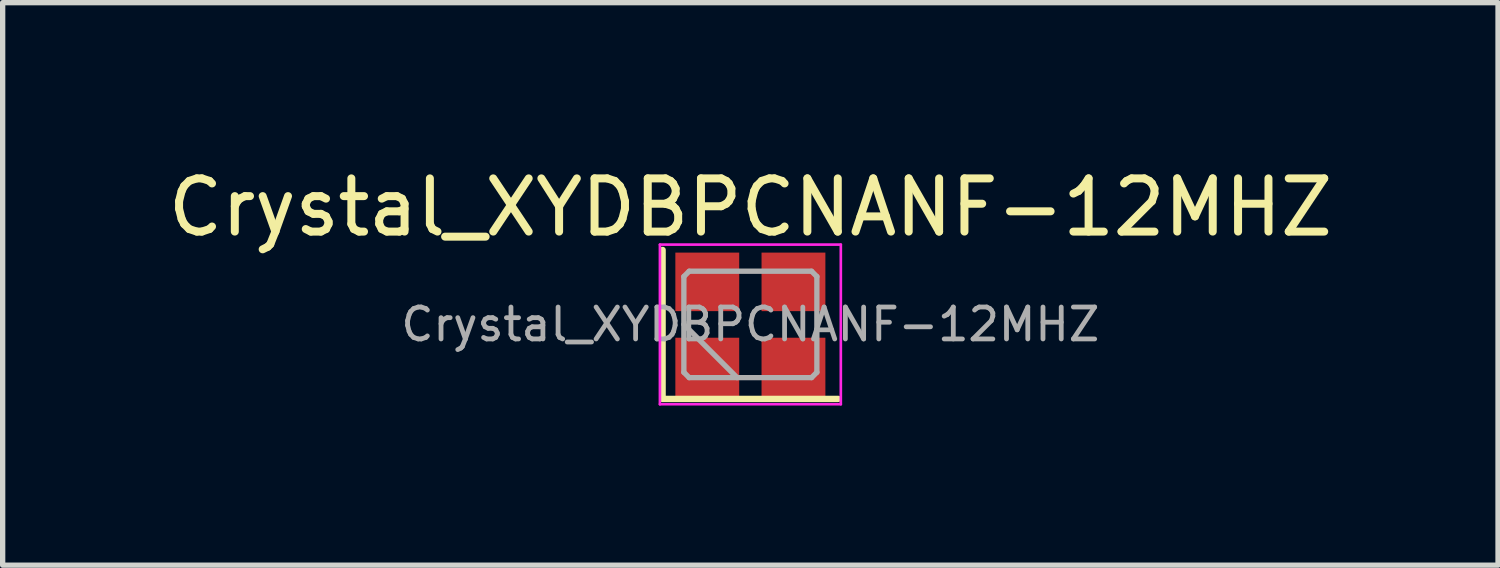
<source format=kicad_pcb>
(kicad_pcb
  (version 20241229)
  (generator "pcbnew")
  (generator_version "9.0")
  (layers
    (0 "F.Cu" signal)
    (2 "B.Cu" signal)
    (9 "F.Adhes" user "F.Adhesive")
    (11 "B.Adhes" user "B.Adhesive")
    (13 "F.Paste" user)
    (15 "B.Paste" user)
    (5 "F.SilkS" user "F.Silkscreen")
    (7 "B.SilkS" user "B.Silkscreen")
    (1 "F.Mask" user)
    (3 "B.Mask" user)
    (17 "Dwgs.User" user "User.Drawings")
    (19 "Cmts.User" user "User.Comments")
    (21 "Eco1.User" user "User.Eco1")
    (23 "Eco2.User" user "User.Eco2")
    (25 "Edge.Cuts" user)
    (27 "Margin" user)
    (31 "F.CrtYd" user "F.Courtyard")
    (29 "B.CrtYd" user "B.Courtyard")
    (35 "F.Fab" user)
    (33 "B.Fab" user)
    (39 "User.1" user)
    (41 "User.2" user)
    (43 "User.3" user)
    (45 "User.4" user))
  (footprint "Crystal_XYDBPCNANF-12MHZ"
    (layer "F.Cu")
    (at 11.054 3.048)
    (property "Reference" "Crystal_XYDBPCNANF-12MHZ" (at 0 -2.2 0) (layer "F.SilkS") (effects (font (size 1 1) (thickness 0.15))))
    (attr smd)
    (fp_line (start -1.65 -1.4) (end -1.65 1.4) (stroke (width 0.12) (type solid)) (layer "F.SilkS"))
    (fp_line (start -1.65 1.4) (end 1.65 1.4) (stroke (width 0.12) (type solid)) (layer "F.SilkS"))
    (fp_line (start -1.7 -1.5) (end -1.7 1.5) (stroke (width 0.05) (type solid)) (layer "F.CrtYd"))
    (fp_line (start -1.7 1.5) (end 1.7 1.5) (stroke (width 0.05) (type solid)) (layer "F.CrtYd"))
    (fp_line (start 1.7 -1.5) (end -1.7 -1.5) (stroke (width 0.05) (type solid)) (layer "F.CrtYd"))
    (fp_line (start 1.7 1.5) (end 1.7 -1.5) (stroke (width 0.05) (type solid)) (layer "F.CrtYd"))
    (fp_line (start -1.25 -0.9) (end -1.15 -1) (stroke (width 0.1) (type solid)) (layer "F.Fab"))
    (fp_line (start -1.25 0) (end -0.25 1) (stroke (width 0.1) (type solid)) (layer "F.Fab"))
    (fp_line (start -1.25 0.9) (end -1.25 -0.9) (stroke (width 0.1) (type solid)) (layer "F.Fab"))
    (fp_line (start -1.15 -1) (end 1.15 -1) (stroke (width 0.1) (type solid)) (layer "F.Fab"))
    (fp_line (start -1.15 1) (end -1.25 0.9) (stroke (width 0.1) (type solid)) (layer "F.Fab"))
    (fp_line (start 1.15 -1) (end 1.25 -0.9) (stroke (width 0.1) (type solid)) (layer "F.Fab"))
    (fp_line (start 1.15 1) (end -1.15 1) (stroke (width 0.1) (type solid)) (layer "F.Fab"))
    (fp_line (start 1.25 -0.9) (end 1.25 0.9) (stroke (width 0.1) (type solid)) (layer "F.Fab"))
    (fp_line (start 1.25 0.9) (end 1.15 1) (stroke (width 0.1) (type solid)) (layer "F.Fab"))
    (fp_text user "${REFERENCE}" (at 0 0 0) (layer "F.Fab") (effects (font (size 0.6 0.6) (thickness 0.09))))
    (pad "1" smd rect (at -0.81 0.8) (size 1.2 1.1) (layers "F.Cu" "F.Mask" "F.Paste"))
    (pad "2" smd rect (at 0.81 0.8) (size 1.2 1.1) (layers "F.Cu" "F.Mask" "F.Paste"))
    (pad "3" smd rect (at 0.81 -0.8) (size 1.2 1.1) (layers "F.Cu" "F.Mask" "F.Paste"))
    (pad "4" smd rect (at -0.81 -0.8) (size 1.2 1.1) (layers "F.Cu" "F.Mask" "F.Paste")))
  (gr_rect
    (start -3 -3)
    (end 25.107 7.573)
    (stroke (width 0.1) (type default))
    (fill no)
    (layer "Edge.Cuts")))
</source>
